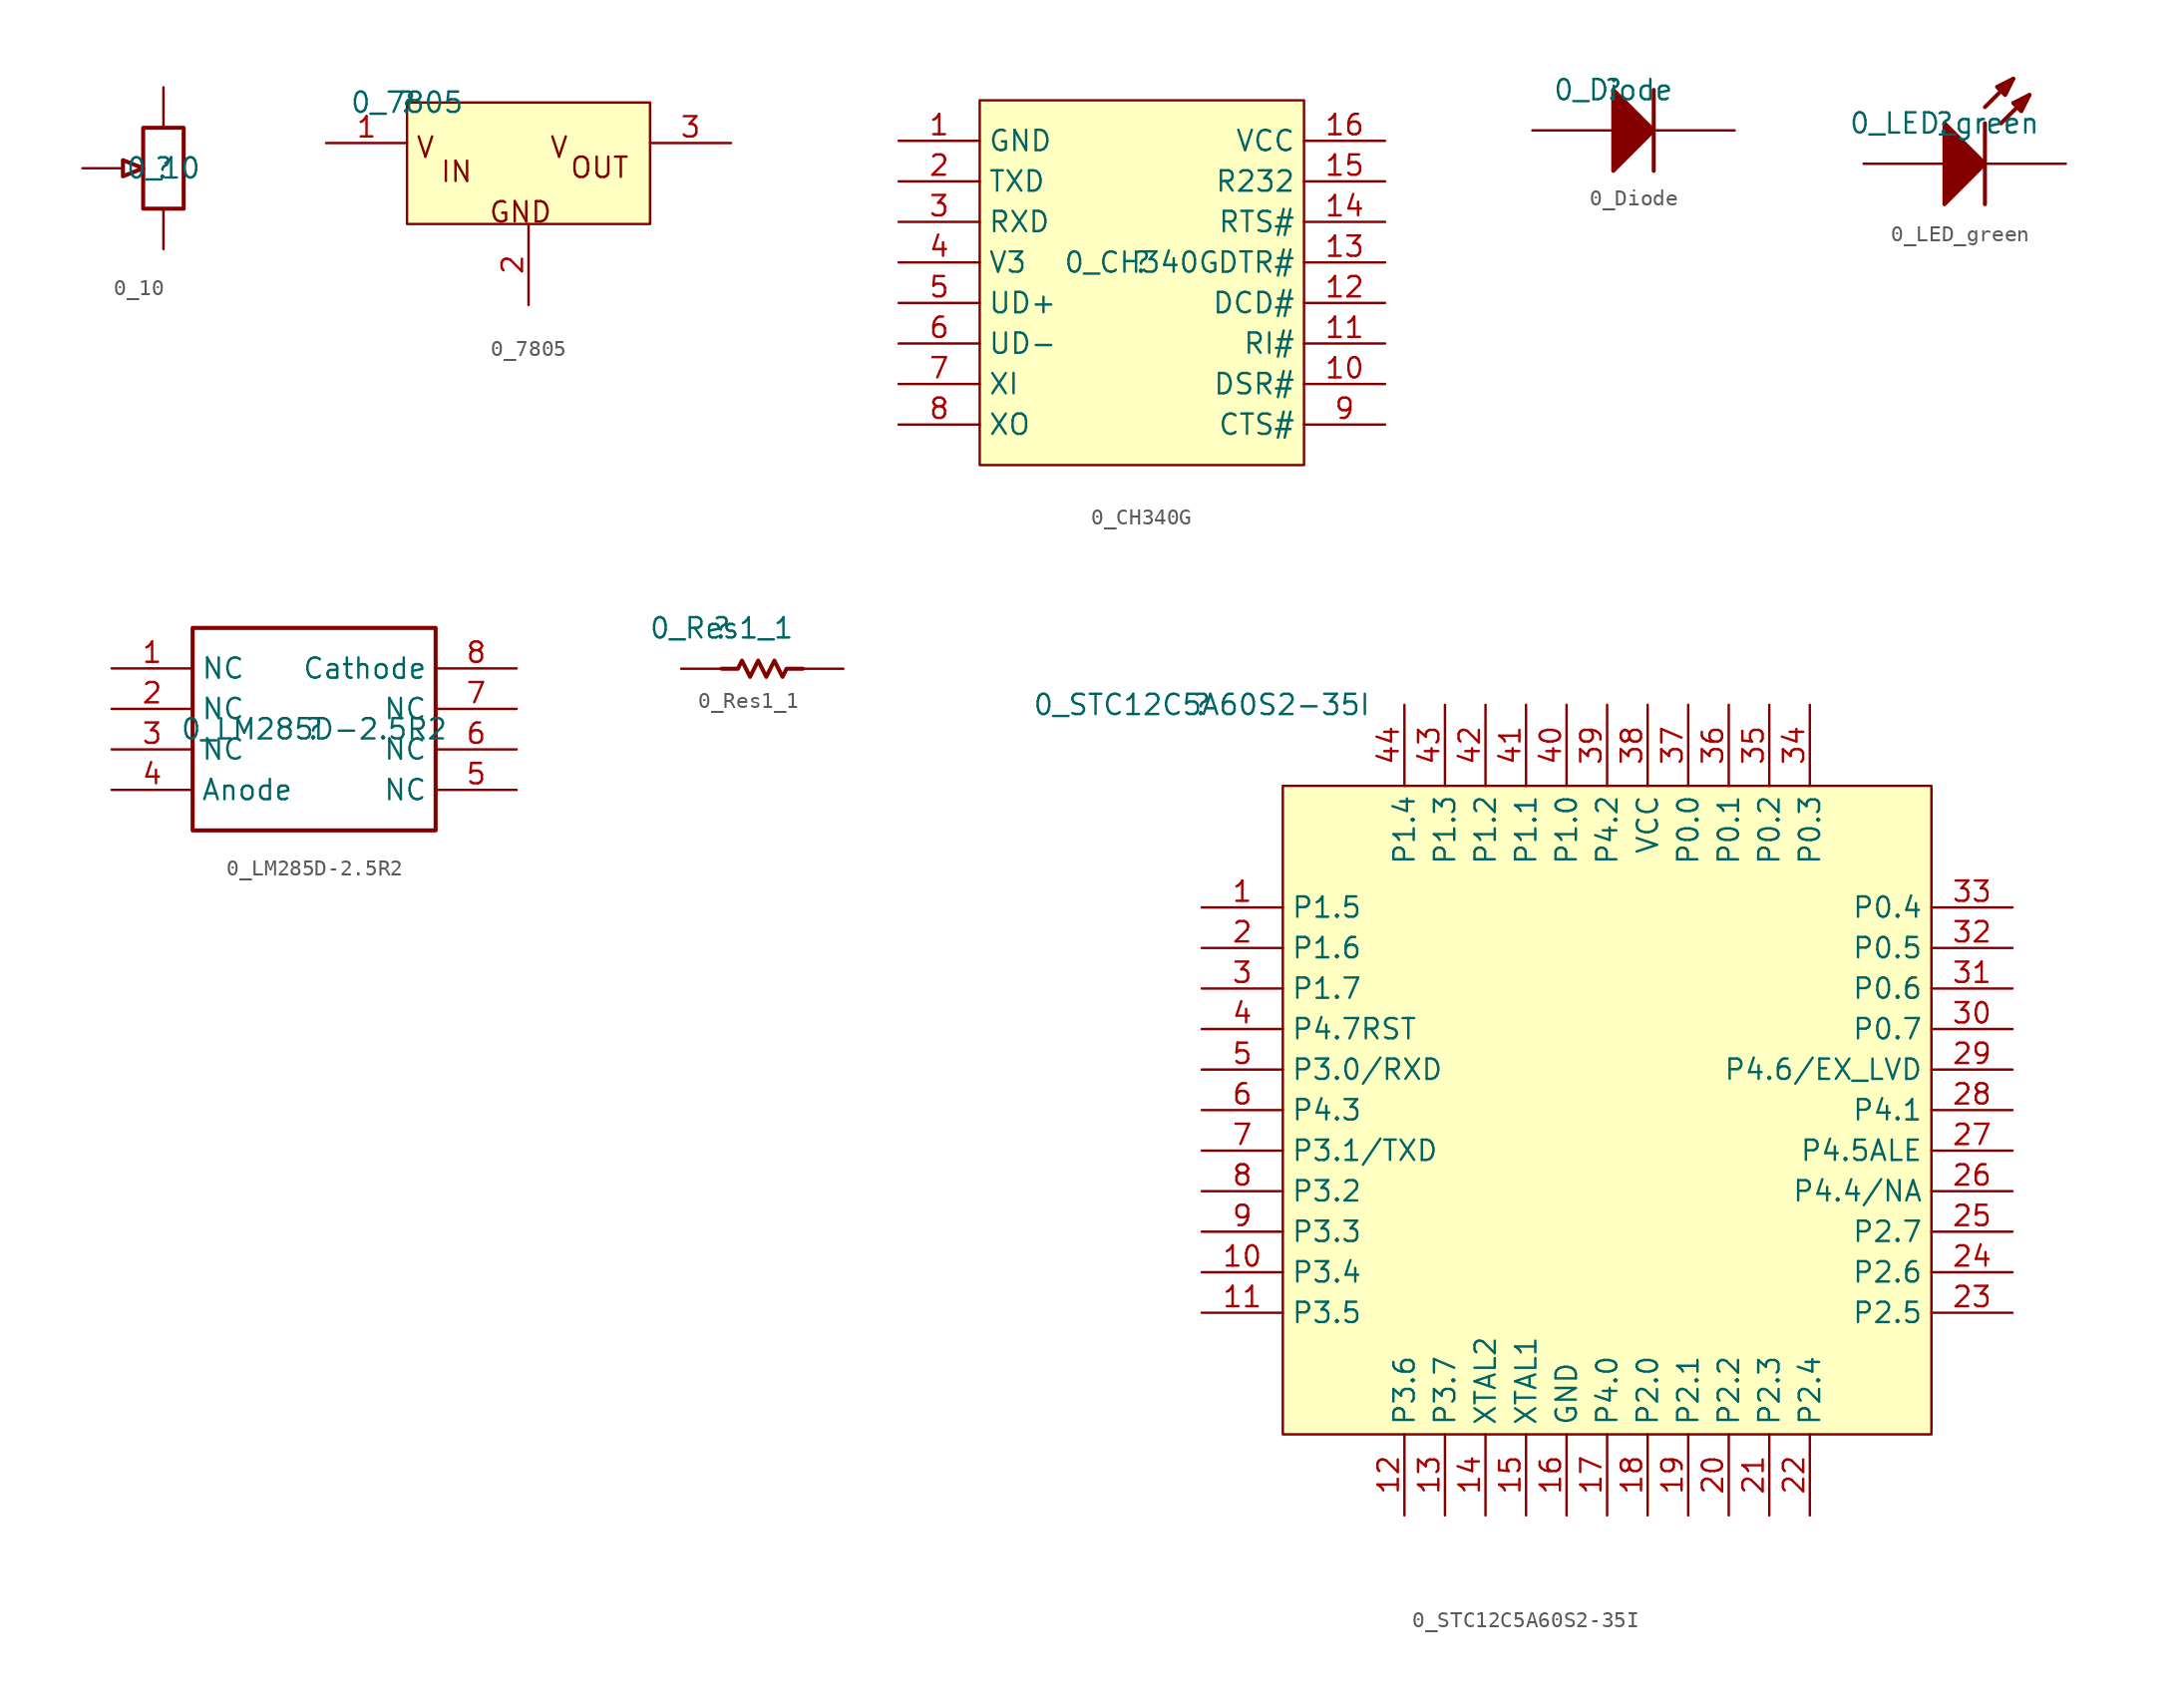
<source format=kicad_sym>
(kicad_symbol_lib
  (version 20211014)
  (generator kicad_symbol_editor)
  (symbol "0_10"
    (property "Reference" ""
      (at 0 0 0)
      (effects (font (size 1.27 1.27))))
    (property "Value" "0_10"
      (at 0 0 0)
      (effects (font (size 1.27 1.27))))
    (symbol "0_10_1_0"
      (polyline (pts (xy -1.27 0) (xy -2.54 -0.508) (xy -2.54 -0.508) (xy -2.54 0.508) (xy -2.54 0.508) (xy -1.27 0)) (stroke (width 0.254) (type default) (color 0 0 0 0)) (fill (type none)))
      (polyline (pts (xy -1.27 -2.54) (xy -1.27 2.54) (xy -1.27 2.54) (xy 1.27 2.54) (xy 1.27 2.54) (xy 1.27 -2.54) (xy 1.27 -2.54) (xy -1.27 -2.54)) (stroke (width 0.254) (type default) (color 0 0 0 0)) (fill (type none)))
      (pin passive line (at 0 -5.08 90) (length 2.54) (name "1" (effects (font (size 0 0)))) (number "1" (effects (font (size 0 0)))))
      (pin passive line (at -5.08 0 0) (length 2.54) (name "2" (effects (font (size 0 0)))) (number "2" (effects (font (size 0 0)))))
      (pin passive line (at 0 5.08 270) (length 2.54) (name "3" (effects (font (size 0 0)))) (number "3" (effects (font (size 0 0)))))))
  (symbol "0_7805"
    (property "Reference" ""
      (at 0 0 0)
      (effects (font (size 1.27 1.27))))
    (property "Value" "0_7805"
      (at 0 0 0)
      (effects (font (size 1.27 1.27))))
    (symbol "0_7805_1_0"
      (rectangle (start 15.24 0) (end 0 -7.62) (stroke (width 0) (type default) (color 0 0 0 0)) (fill (type background)))
      (text "GND" (at 5.08 -7.62 0) (effects (font (size 1.27 1.27)) (justify left bottom)))
      (text "IN" (at 2.032 -5.08 0) (effects (font (size 1.27 1.27)) (justify left bottom)))
      (text "OUT" (at 10.16 -4.826 0) (effects (font (size 1.27 1.27)) (justify left bottom)))
      (text "V" (at 0.508 -3.556 0) (effects (font (size 1.27 1.27)) (justify left bottom)))
      (text "V" (at 8.89 -3.556 0) (effects (font (size 1.27 1.27)) (justify left bottom)))
      (pin passive line (at -5.08 -2.54 0) (length 5.08) (name "1" (effects (font (size 0 0)))) (number "1" (effects (font (size 1.27 1.27)))))
      (pin passive line (at 7.62 -12.7 90) (length 5.08) (name "2" (effects (font (size 0 0)))) (number "2" (effects (font (size 1.27 1.27)))))
      (pin passive line (at 20.32 -2.54 180) (length 5.08) (name "3" (effects (font (size 0 0)))) (number "3" (effects (font (size 1.27 1.27)))))))
  (symbol "0_CH340G"
    (property "Reference" ""
      (at 0 0 0)
      (effects (font (size 1.27 1.27))))
    (property "Value" "0_CH340G"
      (at 0 0 0)
      (effects (font (size 1.27 1.27))))
    (symbol "0_CH340G_1_0"
      (rectangle (start 10.16 10.16) (end -10.16 -12.7) (stroke (width 0) (type default) (color 0 0 0 0)) (fill (type background)))
      (pin passive line (at -15.24 7.62 0) (length 5.08) (name "GND" (effects (font (size 1.27 1.27)))) (number "1" (effects (font (size 1.27 1.27)))))
      (pin passive line (at 15.24 -7.62 180) (length 5.08) (name "DSR#" (effects (font (size 1.27 1.27)))) (number "10" (effects (font (size 1.27 1.27)))))
      (pin passive line (at 15.24 -5.08 180) (length 5.08) (name "RI#" (effects (font (size 1.27 1.27)))) (number "11" (effects (font (size 1.27 1.27)))))
      (pin passive line (at 15.24 -2.54 180) (length 5.08) (name "DCD#" (effects (font (size 1.27 1.27)))) (number "12" (effects (font (size 1.27 1.27)))))
      (pin passive line (at 15.24 0 180) (length 5.08) (name "DTR#" (effects (font (size 1.27 1.27)))) (number "13" (effects (font (size 1.27 1.27)))))
      (pin passive line (at 15.24 2.54 180) (length 5.08) (name "RTS#" (effects (font (size 1.27 1.27)))) (number "14" (effects (font (size 1.27 1.27)))))
      (pin passive line (at 15.24 5.08 180) (length 5.08) (name "R232" (effects (font (size 1.27 1.27)))) (number "15" (effects (font (size 1.27 1.27)))))
      (pin passive line (at 15.24 7.62 180) (length 5.08) (name "VCC" (effects (font (size 1.27 1.27)))) (number "16" (effects (font (size 1.27 1.27)))))
      (pin passive line (at -15.24 5.08 0) (length 5.08) (name "TXD" (effects (font (size 1.27 1.27)))) (number "2" (effects (font (size 1.27 1.27)))))
      (pin passive line (at -15.24 2.54 0) (length 5.08) (name "RXD" (effects (font (size 1.27 1.27)))) (number "3" (effects (font (size 1.27 1.27)))))
      (pin passive line (at -15.24 0 0) (length 5.08) (name "V3" (effects (font (size 1.27 1.27)))) (number "4" (effects (font (size 1.27 1.27)))))
      (pin passive line (at -15.24 -2.54 0) (length 5.08) (name "UD+" (effects (font (size 1.27 1.27)))) (number "5" (effects (font (size 1.27 1.27)))))
      (pin passive line (at -15.24 -5.08 0) (length 5.08) (name "UD-" (effects (font (size 1.27 1.27)))) (number "6" (effects (font (size 1.27 1.27)))))
      (pin passive line (at -15.24 -7.62 0) (length 5.08) (name "XI" (effects (font (size 1.27 1.27)))) (number "7" (effects (font (size 1.27 1.27)))))
      (pin passive line (at -15.24 -10.16 0) (length 5.08) (name "XO" (effects (font (size 1.27 1.27)))) (number "8" (effects (font (size 1.27 1.27)))))
      (pin passive line (at 15.24 -10.16 180) (length 5.08) (name "CTS#" (effects (font (size 1.27 1.27)))) (number "9" (effects (font (size 1.27 1.27)))))))
  (symbol "0_Diode"
    (property "Reference" ""
      (at 0 0 0)
      (effects (font (size 1.27 1.27))))
    (property "Value" "0_Diode"
      (at 0 0 0)
      (effects (font (size 1.27 1.27))))
    (symbol "0_Diode_1_0"
      (polyline (pts (xy 2.54 0) (xy 2.54 -5.08)) (stroke (width 0.254) (type default) (color 0 0 0 0)) (fill (type none)))
      (polyline (pts (xy 0 -5.08) (xy 2.54 -2.54) (xy 0 0) (xy 0 -5.08)) (stroke (width 0.254) (type default) (color 0 0 0 0)) (fill (type outline)))
      (pin passive line (at -5.08 -2.54 0) (length 5.08) (name "A" (effects (font (size 0 0)))) (number "1" (effects (font (size 0 0)))))
      (pin passive line (at 7.62 -2.54 180) (length 5.08) (name "K" (effects (font (size 0 0)))) (number "2" (effects (font (size 0 0)))))))
  (symbol "0_LED_green"
    (property "Reference" ""
      (at 0 0 0)
      (effects (font (size 1.27 1.27))))
    (property "Value" "0_LED_green"
      (at 0 0 0)
      (effects (font (size 1.27 1.27))))
    (symbol "0_LED_green_1_0"
      (polyline (pts (xy 2.54 0) (xy 2.54 -5.08)) (stroke (width 0.254) (type default) (color 0 0 0 0)) (fill (type none)))
      (polyline (pts (xy 2.54 1.016) (xy 4.318 2.794)) (stroke (width 0.254) (type default) (color 0 0 0 0)) (fill (type none)))
      (polyline (pts (xy 3.556 0) (xy 5.334 1.778)) (stroke (width 0.254) (type default) (color 0 0 0 0)) (fill (type none)))
      (polyline (pts (xy 0 -5.08) (xy 2.54 -2.54) (xy 0 0) (xy 0 -5.08)) (stroke (width 0.254) (type default) (color 0 0 0 0)) (fill (type outline)))
      (polyline (pts (xy 4.318 2.794) (xy 3.302 2.286) (xy 3.81 1.778) (xy 4.318 2.794)) (stroke (width 0.254) (type default) (color 0 0 0 0)) (fill (type outline)))
      (polyline (pts (xy 5.334 1.778) (xy 4.318 1.27) (xy 4.826 0.762) (xy 5.334 1.778)) (stroke (width 0.254) (type default) (color 0 0 0 0)) (fill (type outline)))
      (pin passive line (at -5.08 -2.54 0) (length 5.08) (name "A" (effects (font (size 0 0)))) (number "1" (effects (font (size 0 0)))))
      (pin passive line (at 7.62 -2.54 180) (length 5.08) (name "K" (effects (font (size 0 0)))) (number "2" (effects (font (size 0 0)))))))
  (symbol "0_LM285D-2.5R2"
    (property "Reference" ""
      (at 0 0 0)
      (effects (font (size 1.27 1.27))))
    (property "Value" "0_LM285D-2.5R2"
      (at 0 0 0)
      (effects (font (size 1.27 1.27))))
    (symbol "0_LM285D-2.5R2_1_0"
      (rectangle (start 7.62 6.35) (end -7.62 -6.35) (stroke (width 0.254) (type default) (color 0 0 0 0)) (fill (type none)))
      (pin passive line (at -12.7 3.81 0) (length 5.08) (name "NC" (effects (font (size 1.27 1.27)))) (number "1" (effects (font (size 1.27 1.27)))))
      (pin passive line (at -12.7 1.27 0) (length 5.08) (name "NC" (effects (font (size 1.27 1.27)))) (number "2" (effects (font (size 1.27 1.27)))))
      (pin passive line (at -12.7 -1.27 0) (length 5.08) (name "NC" (effects (font (size 1.27 1.27)))) (number "3" (effects (font (size 1.27 1.27)))))
      (pin passive line (at -12.7 -3.81 0) (length 5.08) (name "Anode" (effects (font (size 1.27 1.27)))) (number "4" (effects (font (size 1.27 1.27)))))
      (pin passive line (at 12.7 -3.81 180) (length 5.08) (name "NC" (effects (font (size 1.27 1.27)))) (number "5" (effects (font (size 1.27 1.27)))))
      (pin passive line (at 12.7 -1.27 180) (length 5.08) (name "NC" (effects (font (size 1.27 1.27)))) (number "6" (effects (font (size 1.27 1.27)))))
      (pin passive line (at 12.7 1.27 180) (length 5.08) (name "NC" (effects (font (size 1.27 1.27)))) (number "7" (effects (font (size 1.27 1.27)))))
      (pin passive line (at 12.7 3.81 180) (length 5.08) (name "Cathode" (effects (font (size 1.27 1.27)))) (number "8" (effects (font (size 1.27 1.27)))))))
  (symbol "0_Res1_1"
    (property "Reference" ""
      (at 0 0 0)
      (effects (font (size 1.27 1.27))))
    (property "Value" "0_Res1_1"
      (at 0 0 0)
      (effects (font (size 1.27 1.27))))
    (symbol "0_Res1_1_1_0"
      (polyline (pts (xy 5.08 -2.54) (xy 4.064 -2.54) (xy 3.81 -3.048) (xy 3.302 -2.032) (xy 2.794 -3.048) (xy 2.286 -2.032) (xy 1.778 -3.048) (xy 1.27 -2.032) (xy 1.016 -2.54) (xy 0 -2.54)) (stroke (width 0.254) (type default) (color 0 0 0 0)) (fill (type none)))
      (pin passive line (at -2.54 -2.54 0) (length 2.54) (name "1" (effects (font (size 0 0)))) (number "1" (effects (font (size 0 0)))))
      (pin passive line (at 7.62 -2.54 180) (length 2.54) (name "2" (effects (font (size 0 0)))) (number "2" (effects (font (size 0 0)))))))
  (symbol "0_STC12C5A60S2-35I"
    (property "Reference" ""
      (at 0 0 0)
      (effects (font (size 1.27 1.27))))
    (property "Value" "0_STC12C5A60S2-35I"
      (at 0 0 0)
      (effects (font (size 1.27 1.27))))
    (symbol "0_STC12C5A60S2-35I_1_0"
      (rectangle (start 45.72 -5.08) (end 5.08 -45.72) (stroke (width 0) (type default) (color 0 0 0 0)) (fill (type background)))
      (pin passive line (at 0 -12.7 0) (length 5.08) (name "P1.5" (effects (font (size 1.27 1.27)))) (number "1" (effects (font (size 1.27 1.27)))))
      (pin passive line (at 0 -35.56 0) (length 5.08) (name "P3.4" (effects (font (size 1.27 1.27)))) (number "10" (effects (font (size 1.27 1.27)))))
      (pin passive line (at 0 -38.1 0) (length 5.08) (name "P3.5" (effects (font (size 1.27 1.27)))) (number "11" (effects (font (size 1.27 1.27)))))
      (pin passive line (at 12.7 -50.8 90) (length 5.08) (name "P3.6" (effects (font (size 1.27 1.27)))) (number "12" (effects (font (size 1.27 1.27)))))
      (pin passive line (at 15.24 -50.8 90) (length 5.08) (name "P3.7" (effects (font (size 1.27 1.27)))) (number "13" (effects (font (size 1.27 1.27)))))
      (pin passive line (at 17.78 -50.8 90) (length 5.08) (name "XTAL2" (effects (font (size 1.27 1.27)))) (number "14" (effects (font (size 1.27 1.27)))))
      (pin passive line (at 20.32 -50.8 90) (length 5.08) (name "XTAL1" (effects (font (size 1.27 1.27)))) (number "15" (effects (font (size 1.27 1.27)))))
      (pin power_in line (at 22.86 -50.8 90) (length 5.08) (name "GND" (effects (font (size 1.27 1.27)))) (number "16" (effects (font (size 1.27 1.27)))))
      (pin passive line (at 25.4 -50.8 90) (length 5.08) (name "P4.0" (effects (font (size 1.27 1.27)))) (number "17" (effects (font (size 1.27 1.27)))))
      (pin passive line (at 27.94 -50.8 90) (length 5.08) (name "P2.0" (effects (font (size 1.27 1.27)))) (number "18" (effects (font (size 1.27 1.27)))))
      (pin passive line (at 30.48 -50.8 90) (length 5.08) (name "P2.1" (effects (font (size 1.27 1.27)))) (number "19" (effects (font (size 1.27 1.27)))))
      (pin passive line (at 0 -15.24 0) (length 5.08) (name "P1.6" (effects (font (size 1.27 1.27)))) (number "2" (effects (font (size 1.27 1.27)))))
      (pin passive line (at 33.02 -50.8 90) (length 5.08) (name "P2.2" (effects (font (size 1.27 1.27)))) (number "20" (effects (font (size 1.27 1.27)))))
      (pin passive line (at 35.56 -50.8 90) (length 5.08) (name "P2.3" (effects (font (size 1.27 1.27)))) (number "21" (effects (font (size 1.27 1.27)))))
      (pin passive line (at 38.1 -50.8 90) (length 5.08) (name "P2.4" (effects (font (size 1.27 1.27)))) (number "22" (effects (font (size 1.27 1.27)))))
      (pin passive line (at 50.8 -38.1 180) (length 5.08) (name "P2.5" (effects (font (size 1.27 1.27)))) (number "23" (effects (font (size 1.27 1.27)))))
      (pin passive line (at 50.8 -35.56 180) (length 5.08) (name "P2.6" (effects (font (size 1.27 1.27)))) (number "24" (effects (font (size 1.27 1.27)))))
      (pin passive line (at 50.8 -33.02 180) (length 5.08) (name "P2.7" (effects (font (size 1.27 1.27)))) (number "25" (effects (font (size 1.27 1.27)))))
      (pin passive line (at 50.8 -30.48 180) (length 5.08) (name "P4.4/NA" (effects (font (size 1.27 1.27)))) (number "26" (effects (font (size 1.27 1.27)))))
      (pin passive line (at 50.8 -27.94 180) (length 5.08) (name "P4.5ALE" (effects (font (size 1.27 1.27)))) (number "27" (effects (font (size 1.27 1.27)))))
      (pin passive line (at 50.8 -25.4 180) (length 5.08) (name "P4.1" (effects (font (size 1.27 1.27)))) (number "28" (effects (font (size 1.27 1.27)))))
      (pin passive line (at 50.8 -22.86 180) (length 5.08) (name "P4.6/EX_LVD" (effects (font (size 1.27 1.27)))) (number "29" (effects (font (size 1.27 1.27)))))
      (pin passive line (at 0 -17.78 0) (length 5.08) (name "P1.7" (effects (font (size 1.27 1.27)))) (number "3" (effects (font (size 1.27 1.27)))))
      (pin passive line (at 50.8 -20.32 180) (length 5.08) (name "P0.7" (effects (font (size 1.27 1.27)))) (number "30" (effects (font (size 1.27 1.27)))))
      (pin passive line (at 50.8 -17.78 180) (length 5.08) (name "P0.6" (effects (font (size 1.27 1.27)))) (number "31" (effects (font (size 1.27 1.27)))))
      (pin passive line (at 50.8 -15.24 180) (length 5.08) (name "P0.5" (effects (font (size 1.27 1.27)))) (number "32" (effects (font (size 1.27 1.27)))))
      (pin passive line (at 50.8 -12.7 180) (length 5.08) (name "P0.4" (effects (font (size 1.27 1.27)))) (number "33" (effects (font (size 1.27 1.27)))))
      (pin passive line (at 38.1 0 270) (length 5.08) (name "P0.3" (effects (font (size 1.27 1.27)))) (number "34" (effects (font (size 1.27 1.27)))))
      (pin passive line (at 35.56 0 270) (length 5.08) (name "P0.2" (effects (font (size 1.27 1.27)))) (number "35" (effects (font (size 1.27 1.27)))))
      (pin passive line (at 33.02 0 270) (length 5.08) (name "P0.1" (effects (font (size 1.27 1.27)))) (number "36" (effects (font (size 1.27 1.27)))))
      (pin passive line (at 30.48 0 270) (length 5.08) (name "P0.0" (effects (font (size 1.27 1.27)))) (number "37" (effects (font (size 1.27 1.27)))))
      (pin power_in line (at 27.94 0 270) (length 5.08) (name "VCC" (effects (font (size 1.27 1.27)))) (number "38" (effects (font (size 1.27 1.27)))))
      (pin passive line (at 25.4 0 270) (length 5.08) (name "P4.2" (effects (font (size 1.27 1.27)))) (number "39" (effects (font (size 1.27 1.27)))))
      (pin passive line (at 0 -20.32 0) (length 5.08) (name "P4.7RST" (effects (font (size 1.27 1.27)))) (number "4" (effects (font (size 1.27 1.27)))))
      (pin passive line (at 22.86 0 270) (length 5.08) (name "P1.0" (effects (font (size 1.27 1.27)))) (number "40" (effects (font (size 1.27 1.27)))))
      (pin passive line (at 20.32 0 270) (length 5.08) (name "P1.1" (effects (font (size 1.27 1.27)))) (number "41" (effects (font (size 1.27 1.27)))))
      (pin passive line (at 17.78 0 270) (length 5.08) (name "P1.2" (effects (font (size 1.27 1.27)))) (number "42" (effects (font (size 1.27 1.27)))))
      (pin passive line (at 15.24 0 270) (length 5.08) (name "P1.3" (effects (font (size 1.27 1.27)))) (number "43" (effects (font (size 1.27 1.27)))))
      (pin passive line (at 12.7 0 270) (length 5.08) (name "P1.4" (effects (font (size 1.27 1.27)))) (number "44" (effects (font (size 1.27 1.27)))))
      (pin passive line (at 0 -22.86 0) (length 5.08) (name "P3.0/RXD" (effects (font (size 1.27 1.27)))) (number "5" (effects (font (size 1.27 1.27)))))
      (pin passive line (at 0 -25.4 0) (length 5.08) (name "P4.3" (effects (font (size 1.27 1.27)))) (number "6" (effects (font (size 1.27 1.27)))))
      (pin passive line (at 0 -27.94 0) (length 5.08) (name "P3.1/TXD" (effects (font (size 1.27 1.27)))) (number "7" (effects (font (size 1.27 1.27)))))
      (pin passive line (at 0 -30.48 0) (length 5.08) (name "P3.2" (effects (font (size 1.27 1.27)))) (number "8" (effects (font (size 1.27 1.27)))))
      (pin passive line (at 0 -33.02 0) (length 5.08) (name "P3.3" (effects (font (size 1.27 1.27)))) (number "9" (effects (font (size 1.27 1.27))))))))
</source>
